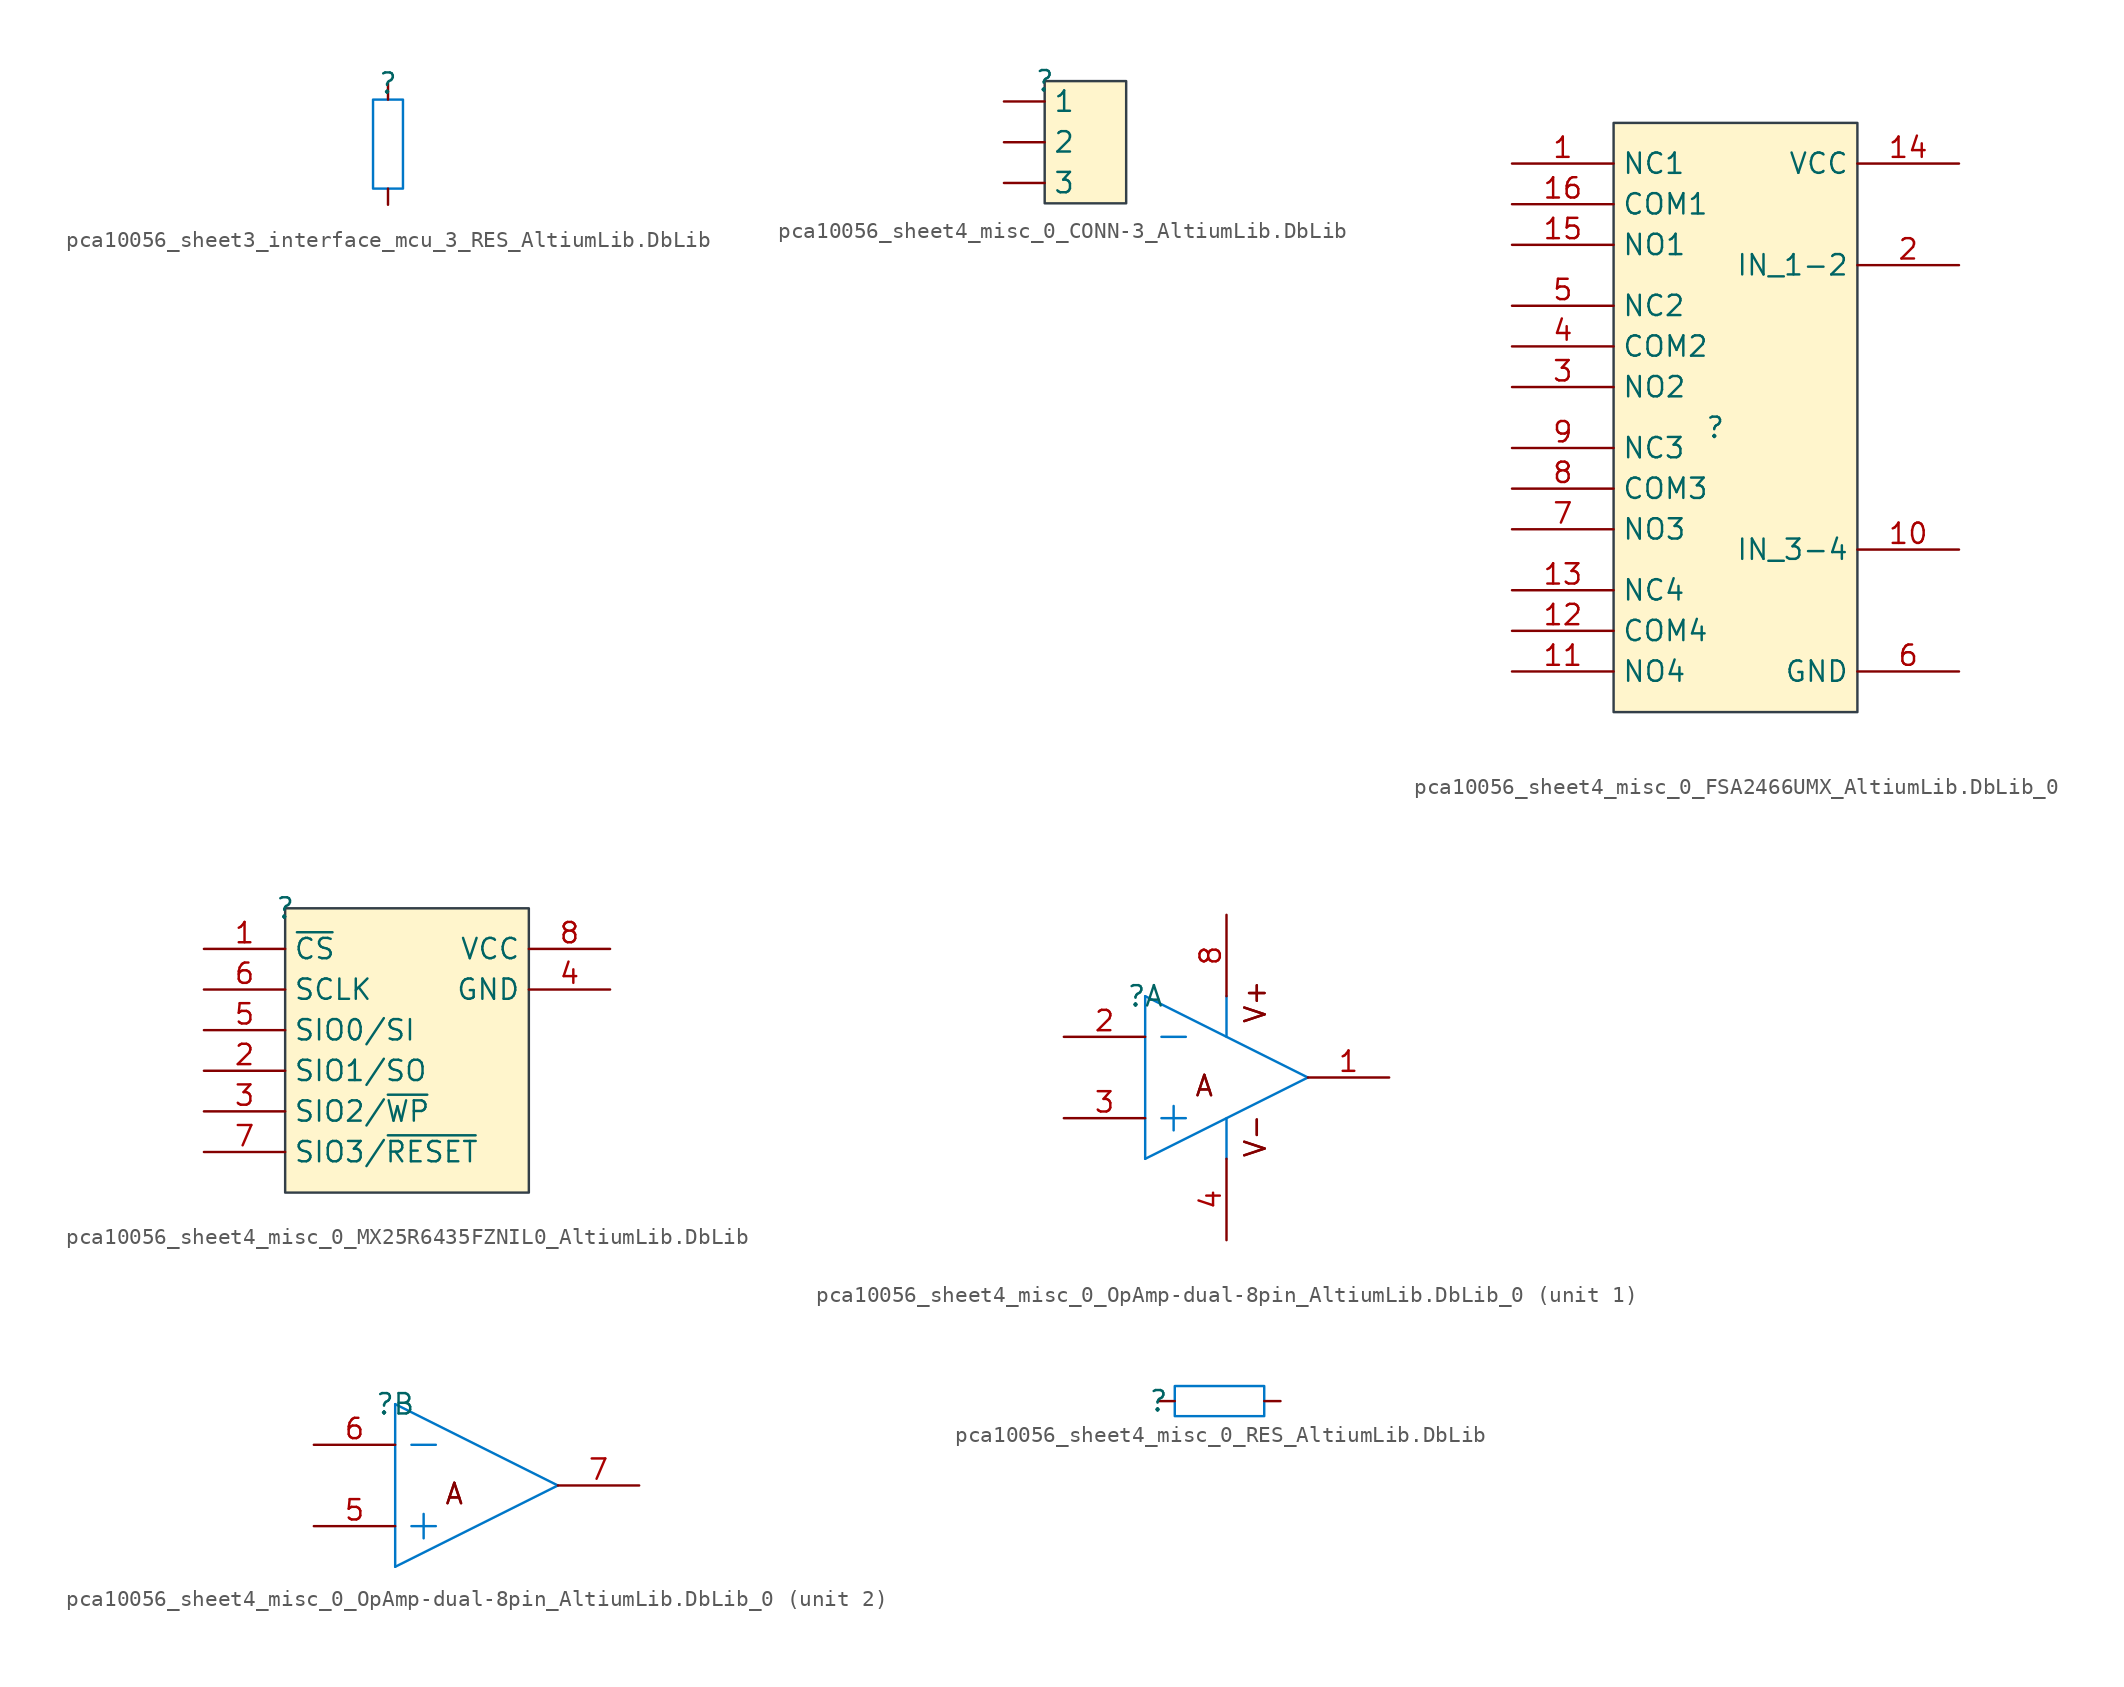
<source format=kicad_sym>
(kicad_symbol_lib
  (version 20241209)
  (generator "kicad_symbol_editor")
  (generator_version "9.0")
  (symbol "pca10056_sheet3_interface_mcu_3_RES_AltiumLib.DbLib"
    (pin_numbers
      (hide yes))
    (pin_names
      (hide yes))
    (property "Reference" ""
      (at 0 0 0)
      (effects (font (size 1.27 1.27))))
    (property "Value" ""
      (at 0 0 0)
      (effects (font (size 1.27 1.27))))
    (symbol "pca10056_sheet3_interface_mcu_3_RES_AltiumLib.DbLib_1_0"
      (polyline (pts (xy 0.94 -6.604) (xy 0.94 -1.016) (xy -0.94 -1.016) (xy -0.94 -6.604) (xy 0.94 -6.604)) (stroke (width 0) (type solid) (color 0 119 200 1)) (fill (type none)))
      (pin passive line (at 0 0 270) (length 1.016) (name "1" (effects (font (size 1.27 1.27)))) (number "1" (effects (font (size 1.27 1.27)))))
      (pin passive line (at 0 -7.62 90) (length 1.016) (name "2" (effects (font (size 1.27 1.27)))) (number "2" (effects (font (size 1.27 1.27)))))))
  (symbol "pca10056_sheet4_misc_0_CONN-3_AltiumLib.DbLib"
    (pin_numbers
      (hide yes))
    (property "Reference" ""
      (at 0 0 0)
      (effects (font (size 1.27 1.27))))
    (property "Value" ""
      (at 0 0 0)
      (effects (font (size 1.27 1.27))))
    (symbol "pca10056_sheet4_misc_0_CONN-3_AltiumLib.DbLib_1_0"
      (rectangle (start 5.08 0) (end 0 -7.62) (stroke (width 0) (type solid) (color 51 63 72 1)) (fill (type color) (color 255 245 204 1)))
      (pin passive line (at -2.54 -1.27 0) (length 2.54) (name "1" (effects (font (size 1.27 1.27)))) (number "1" (effects (font (size 1.27 1.27)))))
      (pin passive line (at -2.54 -3.81 0) (length 2.54) (name "2" (effects (font (size 1.27 1.27)))) (number "2" (effects (font (size 1.27 1.27)))))
      (pin passive line (at -2.54 -6.35 0) (length 2.54) (name "3" (effects (font (size 1.27 1.27)))) (number "3" (effects (font (size 1.27 1.27)))))))
  (symbol "pca10056_sheet4_misc_0_FSA2466UMX_AltiumLib.DbLib_0"
    (property "Reference" ""
      (at 0 0 0)
      (effects (font (size 1.27 1.27))))
    (property "Value" ""
      (at 0 0 0)
      (effects (font (size 1.27 1.27))))
    (symbol "pca10056_sheet4_misc_0_FSA2466UMX_AltiumLib.DbLib_0_1_0"
      (rectangle (start 8.89 19.05) (end -6.35 -17.78) (stroke (width 0) (type solid) (color 51 63 72 1)) (fill (type color) (color 255 245 204 1)))
      (pin bidirectional line (at -12.7 16.51 0) (length 6.35) (name "NC1" (effects (font (size 1.27 1.27)))) (number "1" (effects (font (size 1.27 1.27)))))
      (pin bidirectional line (at -12.7 13.97 0) (length 6.35) (name "COM1" (effects (font (size 1.27 1.27)))) (number "16" (effects (font (size 1.27 1.27)))))
      (pin bidirectional line (at -12.7 11.43 0) (length 6.35) (name "NO1" (effects (font (size 1.27 1.27)))) (number "15" (effects (font (size 1.27 1.27)))))
      (pin bidirectional line (at -12.7 7.62 0) (length 6.35) (name "NC2" (effects (font (size 1.27 1.27)))) (number "5" (effects (font (size 1.27 1.27)))))
      (pin bidirectional line (at -12.7 5.08 0) (length 6.35) (name "COM2" (effects (font (size 1.27 1.27)))) (number "4" (effects (font (size 1.27 1.27)))))
      (pin bidirectional line (at -12.7 2.54 0) (length 6.35) (name "NO2" (effects (font (size 1.27 1.27)))) (number "3" (effects (font (size 1.27 1.27)))))
      (pin bidirectional line (at -12.7 -1.27 0) (length 6.35) (name "NC3" (effects (font (size 1.27 1.27)))) (number "9" (effects (font (size 1.27 1.27)))))
      (pin bidirectional line (at -12.7 -3.81 0) (length 6.35) (name "COM3" (effects (font (size 1.27 1.27)))) (number "8" (effects (font (size 1.27 1.27)))))
      (pin bidirectional line (at -12.7 -6.35 0) (length 6.35) (name "NO3" (effects (font (size 1.27 1.27)))) (number "7" (effects (font (size 1.27 1.27)))))
      (pin bidirectional line (at -12.7 -10.16 0) (length 6.35) (name "NC4" (effects (font (size 1.27 1.27)))) (number "13" (effects (font (size 1.27 1.27)))))
      (pin bidirectional line (at -12.7 -12.7 0) (length 6.35) (name "COM4" (effects (font (size 1.27 1.27)))) (number "12" (effects (font (size 1.27 1.27)))))
      (pin bidirectional line (at -12.7 -15.24 0) (length 6.35) (name "NO4" (effects (font (size 1.27 1.27)))) (number "11" (effects (font (size 1.27 1.27)))))
      (pin power_in line (at 15.24 16.51 180) (length 6.35) (name "VCC" (effects (font (size 1.27 1.27)))) (number "14" (effects (font (size 1.27 1.27)))))
      (pin input line (at 15.24 10.16 180) (length 6.35) (name "IN_1-2" (effects (font (size 1.27 1.27)))) (number "2" (effects (font (size 1.27 1.27)))))
      (pin input line (at 15.24 -7.62 180) (length 6.35) (name "IN_3-4" (effects (font (size 1.27 1.27)))) (number "10" (effects (font (size 1.27 1.27)))))
      (pin power_in line (at 15.24 -15.24 180) (length 6.35) (name "GND" (effects (font (size 1.27 1.27)))) (number "6" (effects (font (size 1.27 1.27)))))))
  (symbol "pca10056_sheet4_misc_0_MX25R6435FZNIL0_AltiumLib.DbLib"
    (property "Reference" ""
      (at 0 0 0)
      (effects (font (size 1.27 1.27))))
    (property "Value" ""
      (at 0 0 0)
      (effects (font (size 1.27 1.27))))
    (symbol "pca10056_sheet4_misc_0_MX25R6435FZNIL0_AltiumLib.DbLib_1_0"
      (rectangle (start 15.24 0) (end 0 -17.78) (stroke (width 0) (type solid) (color 51 63 72 1)) (fill (type color) (color 255 245 204 1)))
      (pin passive line (at -5.08 -2.54 0) (length 5.08) (name "~{CS}" (effects (font (size 1.27 1.27)))) (number "1" (effects (font (size 1.27 1.27)))))
      (pin passive line (at -5.08 -5.08 0) (length 5.08) (name "SCLK" (effects (font (size 1.27 1.27)))) (number "6" (effects (font (size 1.27 1.27)))))
      (pin passive line (at -5.08 -7.62 0) (length 5.08) (name "SIO0/SI" (effects (font (size 1.27 1.27)))) (number "5" (effects (font (size 1.27 1.27)))))
      (pin passive line (at -5.08 -10.16 0) (length 5.08) (name "SIO1/SO" (effects (font (size 1.27 1.27)))) (number "2" (effects (font (size 1.27 1.27)))))
      (pin passive line (at -5.08 -12.7 0) (length 5.08) (name "SIO2/~{WP}" (effects (font (size 1.27 1.27)))) (number "3" (effects (font (size 1.27 1.27)))))
      (pin passive line (at -5.08 -15.24 0) (length 5.08) (name "SIO3/~{RESET}" (effects (font (size 1.27 1.27)))) (number "7" (effects (font (size 1.27 1.27)))))
      (pin passive line (at 20.32 -2.54 180) (length 5.08) (name "VCC" (effects (font (size 1.27 1.27)))) (number "8" (effects (font (size 1.27 1.27)))))
      (pin passive line (at 20.32 -5.08 180) (length 5.08) (name "GND" (effects (font (size 1.27 1.27)))) (number "4" (effects (font (size 1.27 1.27)))))
      (pin passive line (at 20.32 -7.62 180) (length 5.08) (hide yes) (name "GND" (effects (font (size 1.27 1.27)))) (number "9" (effects (font (size 1.27 1.27)))))))
  (symbol "pca10056_sheet4_misc_0_OpAmp-dual-8pin_AltiumLib.DbLib_0"
    (pin_names
      (hide yes))
    (property "Reference" ""
      (at 0 0 0)
      (effects (font (size 1.27 1.27))))
    (property "Value" ""
      (at 0 0 0)
      (effects (font (size 1.27 1.27))))
    (symbol "pca10056_sheet4_misc_0_OpAmp-dual-8pin_AltiumLib.DbLib_0_1_0"
      (polyline (pts (xy 0 0) (xy 0 -10.16)) (stroke (width 0) (type solid) (color 0 119 200 1)) (fill (type none)))
      (polyline (pts (xy 0 0) (xy 10.16 -5.08)) (stroke (width 0) (type solid) (color 0 119 200 1)) (fill (type none)))
      (polyline (pts (xy 0 -10.16) (xy 10.16 -5.08)) (stroke (width 0) (type solid) (color 0 119 200 1)) (fill (type none)))
      (polyline (pts (xy 1.016 -2.54) (xy 2.54 -2.54)) (stroke (width 0) (type solid) (color 0 119 200 1)) (fill (type none)))
      (polyline (pts (xy 1.016 -7.62) (xy 2.54 -7.62)) (stroke (width 0) (type solid) (color 0 119 200 1)) (fill (type none)))
      (polyline (pts (xy 1.778 -6.858) (xy 1.778 -8.382)) (stroke (width 0) (type solid) (color 0 119 200 1)) (fill (type none)))
      (polyline (pts (xy 5.08 0) (xy 5.08 -2.54)) (stroke (width 0) (type solid) (color 0 119 200 1)) (fill (type none)))
      (polyline (pts (xy 5.08 -7.62) (xy 5.08 -10.16)) (stroke (width 0) (type solid) (color 0 119 200 1)) (fill (type none)))
      (text "A" (at 3.048 -6.35 0) (effects (font (size 1.27 1.27)) (justify left bottom)))
      (text "A" (at 3.048 -6.35 0) (effects (font (size 1.27 1.27)) (justify left bottom)))
      (text "V+" (at 7.62 -1.778 900) (effects (font (size 1.27 1.27)) (justify left bottom)))
      (text "V+" (at 7.62 -1.778 900) (effects (font (size 1.27 1.27)) (justify left bottom)))
      (text "V-" (at 7.62 -10.16 900) (effects (font (size 1.27 1.27)) (justify left bottom)))
      (text "V-" (at 7.62 -10.16 900) (effects (font (size 1.27 1.27)) (justify left bottom)))
      (pin input line (at -5.08 -2.54 0) (length 5.08) (name "IN1-" (effects (font (size 1.27 1.27)))) (number "2" (effects (font (size 1.27 1.27)))))
      (pin input line (at -5.08 -7.62 0) (length 5.08) (name "IN1+" (effects (font (size 1.27 1.27)))) (number "3" (effects (font (size 1.27 1.27)))))
      (pin power_in line (at 5.08 5.08 270) (length 5.08) (name "V+" (effects (font (size 1.27 1.27)))) (number "8" (effects (font (size 1.27 1.27)))))
      (pin power_in line (at 5.08 -15.24 90) (length 5.08) (name "V-" (effects (font (size 1.27 1.27)))) (number "4" (effects (font (size 1.27 1.27)))))
      (pin output line (at 15.24 -5.08 180) (length 5.08) (name "OUT1" (effects (font (size 1.27 1.27)))) (number "1" (effects (font (size 1.27 1.27))))))
    (symbol "pca10056_sheet4_misc_0_OpAmp-dual-8pin_AltiumLib.DbLib_0_2_0"
      (polyline (pts (xy 0 0) (xy 0 -10.16)) (stroke (width 0) (type solid) (color 0 119 200 1)) (fill (type none)))
      (polyline (pts (xy 0 0) (xy 10.16 -5.08)) (stroke (width 0) (type solid) (color 0 119 200 1)) (fill (type none)))
      (polyline (pts (xy 0 -10.16) (xy 10.16 -5.08)) (stroke (width 0) (type solid) (color 0 119 200 1)) (fill (type none)))
      (polyline (pts (xy 1.016 -2.54) (xy 2.54 -2.54)) (stroke (width 0) (type solid) (color 0 119 200 1)) (fill (type none)))
      (polyline (pts (xy 1.016 -7.62) (xy 2.54 -7.62)) (stroke (width 0) (type solid) (color 0 119 200 1)) (fill (type none)))
      (polyline (pts (xy 1.778 -6.858) (xy 1.778 -8.382)) (stroke (width 0) (type solid) (color 0 119 200 1)) (fill (type none)))
      (text "A" (at 3.048 -6.35 0) (effects (font (size 1.27 1.27)) (justify left bottom)))
      (text "A" (at 3.048 -6.35 0) (effects (font (size 1.27 1.27)) (justify left bottom)))
      (pin input line (at -5.08 -2.54 0) (length 5.08) (name "IN2-" (effects (font (size 1.27 1.27)))) (number "6" (effects (font (size 1.27 1.27)))))
      (pin input line (at -5.08 -7.62 0) (length 5.08) (name "IN2+" (effects (font (size 1.27 1.27)))) (number "5" (effects (font (size 1.27 1.27)))))
      (pin output line (at 15.24 -5.08 180) (length 5.08) (name "OUT2" (effects (font (size 1.27 1.27)))) (number "7" (effects (font (size 1.27 1.27)))))))
  (symbol "pca10056_sheet4_misc_0_RES_AltiumLib.DbLib"
    (pin_numbers
      (hide yes))
    (pin_names
      (hide yes))
    (property "Reference" ""
      (at 0 0 0)
      (effects (font (size 1.27 1.27))))
    (property "Value" ""
      (at 0 0 0)
      (effects (font (size 1.27 1.27))))
    (symbol "pca10056_sheet4_misc_0_RES_AltiumLib.DbLib_1_0"
      (polyline (pts (xy 6.604 0.94) (xy 1.016 0.94) (xy 1.016 -0.94) (xy 6.604 -0.94) (xy 6.604 0.94)) (stroke (width 0) (type solid) (color 0 119 200 1)) (fill (type none)))
      (pin passive line (at 0 0 0) (length 1.016) (name "1" (effects (font (size 1.27 1.27)))) (number "1" (effects (font (size 1.27 1.27)))))
      (pin passive line (at 7.62 0 180) (length 1.016) (name "2" (effects (font (size 1.27 1.27)))) (number "2" (effects (font (size 1.27 1.27))))))))
</source>
